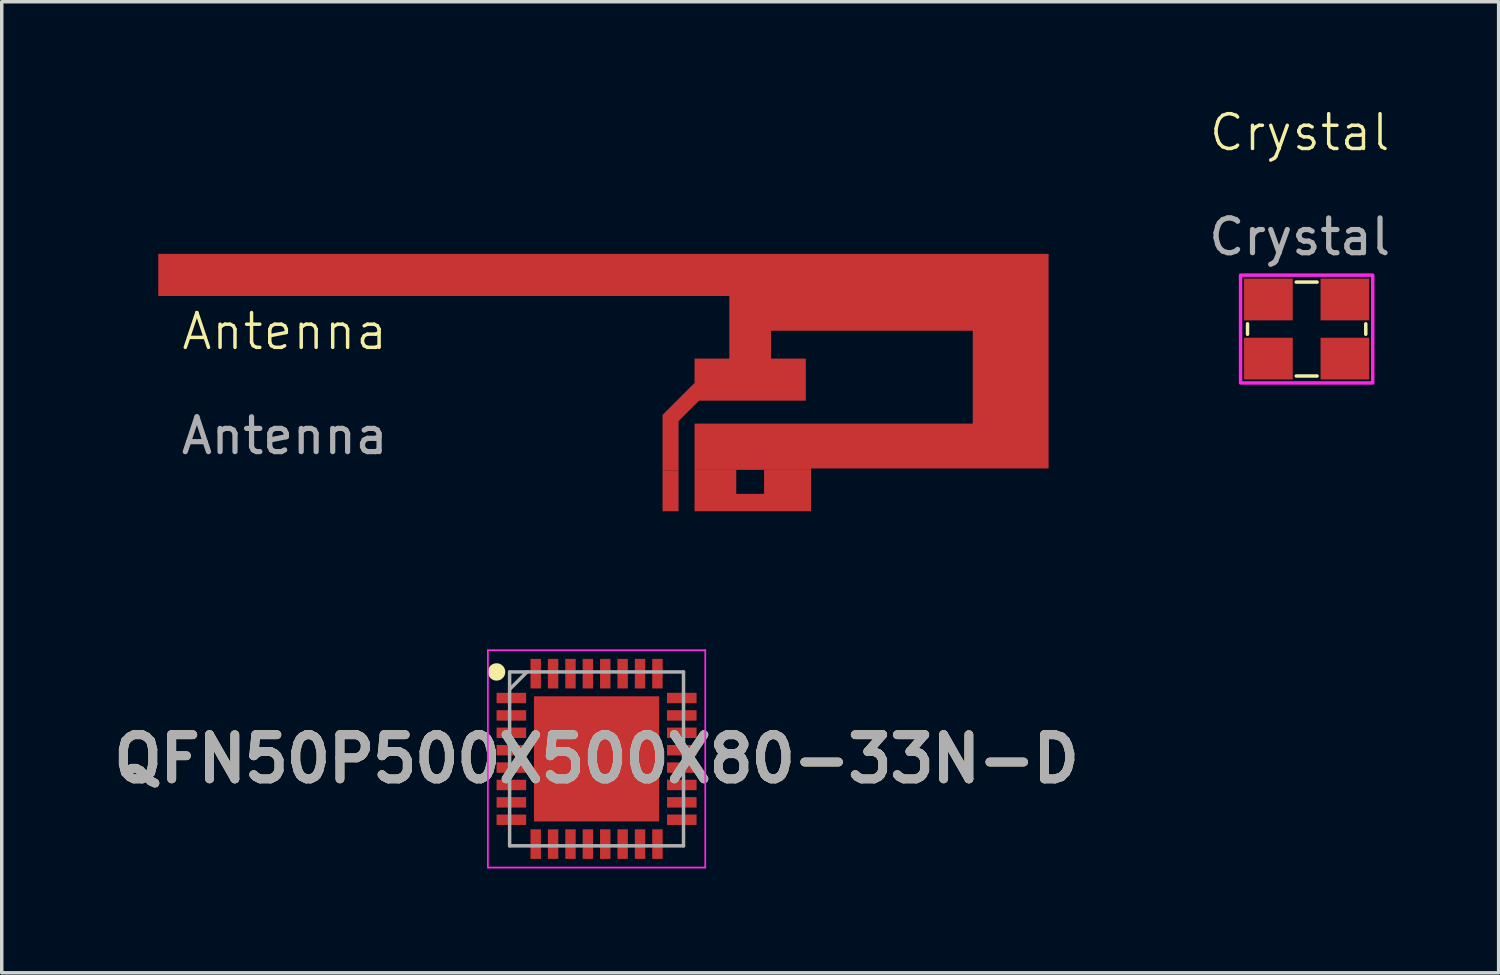
<source format=kicad_pcb>
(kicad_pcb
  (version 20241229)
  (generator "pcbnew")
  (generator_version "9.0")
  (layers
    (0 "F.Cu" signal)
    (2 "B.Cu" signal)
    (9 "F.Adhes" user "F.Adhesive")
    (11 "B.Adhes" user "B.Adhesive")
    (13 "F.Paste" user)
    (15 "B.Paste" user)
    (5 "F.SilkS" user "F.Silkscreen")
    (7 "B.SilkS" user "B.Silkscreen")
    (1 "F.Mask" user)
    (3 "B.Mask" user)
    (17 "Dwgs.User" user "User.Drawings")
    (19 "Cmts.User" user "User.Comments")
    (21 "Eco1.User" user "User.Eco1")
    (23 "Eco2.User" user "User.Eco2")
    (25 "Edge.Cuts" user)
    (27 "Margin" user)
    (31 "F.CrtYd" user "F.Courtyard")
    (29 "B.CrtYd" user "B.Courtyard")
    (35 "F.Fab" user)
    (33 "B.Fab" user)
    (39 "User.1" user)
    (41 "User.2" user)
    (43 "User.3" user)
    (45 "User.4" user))
  (footprint "Crystal"
    (layer "F.Cu")
    (at 33.42 5.561)
    (property "Reference" "Crystal" (at 0.9 -4.8 0) (unlocked yes) (layer "F.SilkS") (effects (font (size 1 1) (thickness 0.1))))
    (attr smd)
    (fp_line (start -0.6 0.7) (end -0.6 1) (stroke (width 0.1) (type default)) (layer "F.SilkS"))
    (fp_line (start 0.8 2.2) (end 1.4 2.2) (stroke (width 0.1) (type default)) (layer "F.SilkS"))
    (fp_line (start 1.4 -0.5) (end 0.8 -0.5) (stroke (width 0.1) (type default)) (layer "F.SilkS"))
    (fp_line (start 2.8 1) (end 2.8 0.7) (stroke (width 0.1) (type default)) (layer "F.SilkS"))
    (fp_rect (start -0.8 -0.7) (end 3 2.4) (stroke (width 0.1) (type default)) (fill no) (layer "F.CrtYd"))
    (fp_text user "${REFERENCE}" (at 0.9 -1.8 0) (unlocked yes) (layer "F.Fab") (effects (font (size 1 1) (thickness 0.15))))
    (pad "1" smd rect (at 0 0) (size 1.4 1.2) (layers "F.Cu" "F.Mask" "F.Paste"))
    (pad "2" smd rect (at 2.2 0) (size 1.4 1.2) (layers "F.Cu" "F.Mask" "F.Paste"))
    (pad "3" smd rect (at 2.2 1.7) (size 1.4 1.2) (layers "F.Cu" "F.Mask" "F.Paste"))
    (pad "4" smd rect (at 0 1.7) (size 1.4 1.2) (layers "F.Cu" "F.Mask" "F.Paste")))
  (footprint "Antenna"
    (layer "F.Cu")
    (at 16.02 0.25)
    (property "Reference" "Antenna" (at -10.885 6.23 0) (unlocked yes) (layer "F.SilkS") (effects (font (size 1 1) (thickness 0.1))))
    (attr smd)
    (fp_rect (start 0.9 10.21) (end 2.1 10.91) (stroke (width 0) (type solid)) (fill yes) (layer "F.Cu"))
    (fp_rect (start 2.9 10.21) (end 4.25 10.91) (stroke (width 0) (type solid)) (fill yes) (layer "F.Cu"))
    (fp_poly (pts (xy -0.02 10.22) (xy 0.44 10.22) (xy 0.44 10.91) (xy -0.02 10.91)) (stroke (width 0) (type solid)) (fill yes) (layer "F.Cu"))
    (fp_poly (pts (xy 0.9 10.21) (xy 0.9 8.88) (xy 8.9 8.88) (xy 8.9 6.21) (xy 3.1 6.21) (xy 3.1 7.01) (xy 4.1 7.01) (xy 4.1 8.22) (xy 1.03 8.22) (xy 0.44 8.81) (xy 0.44 10.22) (xy -0.02 10.22) (xy -0.02 8.63) (xy 0.9 7.71) (xy 0.9 7.01) (xy 1.9 7.01) (xy 1.9 5.21) (xy -14.52 5.21) (xy -14.52 4) (xy 11.08 4) (xy 11.08 10.17) (xy 4.25 10.17) (xy 4.25 10.21) (xy 2.9 10.21) (xy 2.1 10.21)) (stroke (width 0) (type solid)) (fill yes) (layer "F.Cu"))
    (fp_text user "${REFERENCE}" (at -10.885 9.23 0) (unlocked yes) (layer "F.Fab") (effects (font (size 1 1) (thickness 0.15))))
    (pad "1" connect rect (at 0.21 11.15) (size 0.46 0.5) (layers "F.Cu" "F.Mask"))
    (pad "2" connect rect (at 2.575 11.15) (size 3.35 0.5) (layers "F.Cu" "F.Mask"))
    (zone (net_name "") (layers "F.Cu" "B.Cu") (name "Antenna") (hatch edge 0.5) (connect_pads) (min_thickness 0.25) (filled_areas_thickness no) (keepout (tracks not_allowed) (vias not_allowed) (pads not_allowed) (copperpour not_allowed) (footprints not_allowed)) (placement (enabled no)) (fill) (polygon (pts (xy 20.67 12.62) (xy 20.67 10.05) (xy 15.6 10.06) (xy 15.6 12.62) (xy 14.495 12.62) (xy 14.495 11.16) (xy 14.495 6.965) (xy 14.365 6.965) (xy 0.000181 6.965) (xy 0 2.75) (xy 28.6 2.75) (xy 28.6 12.62)))))
  (footprint "QFN50P500X500X80-33N-D"
    (layer "F.Cu")
    (at 14.103 18.77)
    (property "Reference" "QFN50P500X500X80-33N-D" (at 0 0 0) (layer "F.SilkS") (effects (font (size 1.27 1.27) (thickness 0.254))))
    (attr smd)
    (fp_circle (center -2.875 -2.5) (end -2.875 -2.375) (stroke (width 0.25) (type solid)) (fill no) (layer "F.SilkS"))
    (fp_line (start -3.125 -3.125) (end 3.125 -3.125) (stroke (width 0.05) (type solid)) (layer "F.CrtYd"))
    (fp_line (start -3.125 3.125) (end -3.125 -3.125) (stroke (width 0.05) (type solid)) (layer "F.CrtYd"))
    (fp_line (start 3.125 -3.125) (end 3.125 3.125) (stroke (width 0.05) (type solid)) (layer "F.CrtYd"))
    (fp_line (start 3.125 3.125) (end -3.125 3.125) (stroke (width 0.05) (type solid)) (layer "F.CrtYd"))
    (fp_line (start -2.5 -2.5) (end 2.5 -2.5) (stroke (width 0.1) (type solid)) (layer "F.Fab"))
    (fp_line (start -2.5 -2) (end -2 -2.5) (stroke (width 0.1) (type solid)) (layer "F.Fab"))
    (fp_line (start -2.5 2.5) (end -2.5 -2.5) (stroke (width 0.1) (type solid)) (layer "F.Fab"))
    (fp_line (start 2.5 -2.5) (end 2.5 2.5) (stroke (width 0.1) (type solid)) (layer "F.Fab"))
    (fp_line (start 2.5 2.5) (end -2.5 2.5) (stroke (width 0.1) (type solid)) (layer "F.Fab"))
    (fp_text user "${REFERENCE}" (at 0 0 0) (layer "F.Fab") (effects (font (size 1.27 1.27) (thickness 0.254))))
    (pad "1" smd rect (at -2.45 -1.75 90) (size 0.3 0.85) (layers "F.Cu" "F.Mask" "F.Paste"))
    (pad "2" smd rect (at -2.45 -1.25 90) (size 0.3 0.85) (layers "F.Cu" "F.Mask" "F.Paste"))
    (pad "3" smd rect (at -2.45 -0.75 90) (size 0.3 0.85) (layers "F.Cu" "F.Mask" "F.Paste"))
    (pad "4" smd rect (at -2.45 -0.25 90) (size 0.3 0.85) (layers "F.Cu" "F.Mask" "F.Paste"))
    (pad "5" smd rect (at -2.45 0.25 90) (size 0.3 0.85) (layers "F.Cu" "F.Mask" "F.Paste"))
    (pad "6" smd rect (at -2.45 0.75 90) (size 0.3 0.85) (layers "F.Cu" "F.Mask" "F.Paste"))
    (pad "7" smd rect (at -2.45 1.25 90) (size 0.3 0.85) (layers "F.Cu" "F.Mask" "F.Paste"))
    (pad "8" smd rect (at -2.45 1.75 90) (size 0.3 0.85) (layers "F.Cu" "F.Mask" "F.Paste"))
    (pad "9" smd rect (at -1.75 2.45) (size 0.3 0.85) (layers "F.Cu" "F.Mask" "F.Paste"))
    (pad "10" smd rect (at -1.25 2.45) (size 0.3 0.85) (layers "F.Cu" "F.Mask" "F.Paste"))
    (pad "11" smd rect (at -0.75 2.45) (size 0.3 0.85) (layers "F.Cu" "F.Mask" "F.Paste"))
    (pad "12" smd rect (at -0.25 2.45) (size 0.3 0.85) (layers "F.Cu" "F.Mask" "F.Paste"))
    (pad "13" smd rect (at 0.25 2.45) (size 0.3 0.85) (layers "F.Cu" "F.Mask" "F.Paste"))
    (pad "14" smd rect (at 0.75 2.45) (size 0.3 0.85) (layers "F.Cu" "F.Mask" "F.Paste"))
    (pad "15" smd rect (at 1.25 2.45) (size 0.3 0.85) (layers "F.Cu" "F.Mask" "F.Paste"))
    (pad "16" smd rect (at 1.75 2.45) (size 0.3 0.85) (layers "F.Cu" "F.Mask" "F.Paste"))
    (pad "17" smd rect (at 2.45 1.75 90) (size 0.3 0.85) (layers "F.Cu" "F.Mask" "F.Paste"))
    (pad "18" smd rect (at 2.45 1.25 90) (size 0.3 0.85) (layers "F.Cu" "F.Mask" "F.Paste"))
    (pad "19" smd rect (at 2.45 0.75 90) (size 0.3 0.85) (layers "F.Cu" "F.Mask" "F.Paste"))
    (pad "20" smd rect (at 2.45 0.25 90) (size 0.3 0.85) (layers "F.Cu" "F.Mask" "F.Paste"))
    (pad "21" smd rect (at 2.45 -0.25 90) (size 0.3 0.85) (layers "F.Cu" "F.Mask" "F.Paste"))
    (pad "22" smd rect (at 2.45 -0.75 90) (size 0.3 0.85) (layers "F.Cu" "F.Mask" "F.Paste"))
    (pad "23" smd rect (at 2.45 -1.25 90) (size 0.3 0.85) (layers "F.Cu" "F.Mask" "F.Paste"))
    (pad "24" smd rect (at 2.45 -1.75 90) (size 0.3 0.85) (layers "F.Cu" "F.Mask" "F.Paste"))
    (pad "25" smd rect (at 1.75 -2.45) (size 0.3 0.85) (layers "F.Cu" "F.Mask" "F.Paste"))
    (pad "26" smd rect (at 1.25 -2.45) (size 0.3 0.85) (layers "F.Cu" "F.Mask" "F.Paste"))
    (pad "27" smd rect (at 0.75 -2.45) (size 0.3 0.85) (layers "F.Cu" "F.Mask" "F.Paste"))
    (pad "28" smd rect (at 0.25 -2.45) (size 0.3 0.85) (layers "F.Cu" "F.Mask" "F.Paste"))
    (pad "29" smd rect (at -0.25 -2.45) (size 0.3 0.85) (layers "F.Cu" "F.Mask" "F.Paste"))
    (pad "30" smd rect (at -0.75 -2.45) (size 0.3 0.85) (layers "F.Cu" "F.Mask" "F.Paste"))
    (pad "31" smd rect (at -1.25 -2.45) (size 0.3 0.85) (layers "F.Cu" "F.Mask" "F.Paste"))
    (pad "32" smd rect (at -1.75 -2.45) (size 0.3 0.85) (layers "F.Cu" "F.Mask" "F.Paste"))
    (pad "33" smd rect (at 0 0) (size 3.6 3.6) (layers "F.Cu" "F.Mask" "F.Paste")))
  (gr_rect
    (start -3 -3)
    (end 40.04 24.92)
    (stroke (width 0.1) (type default))
    (fill no)
    (layer "Edge.Cuts")))
</source>
